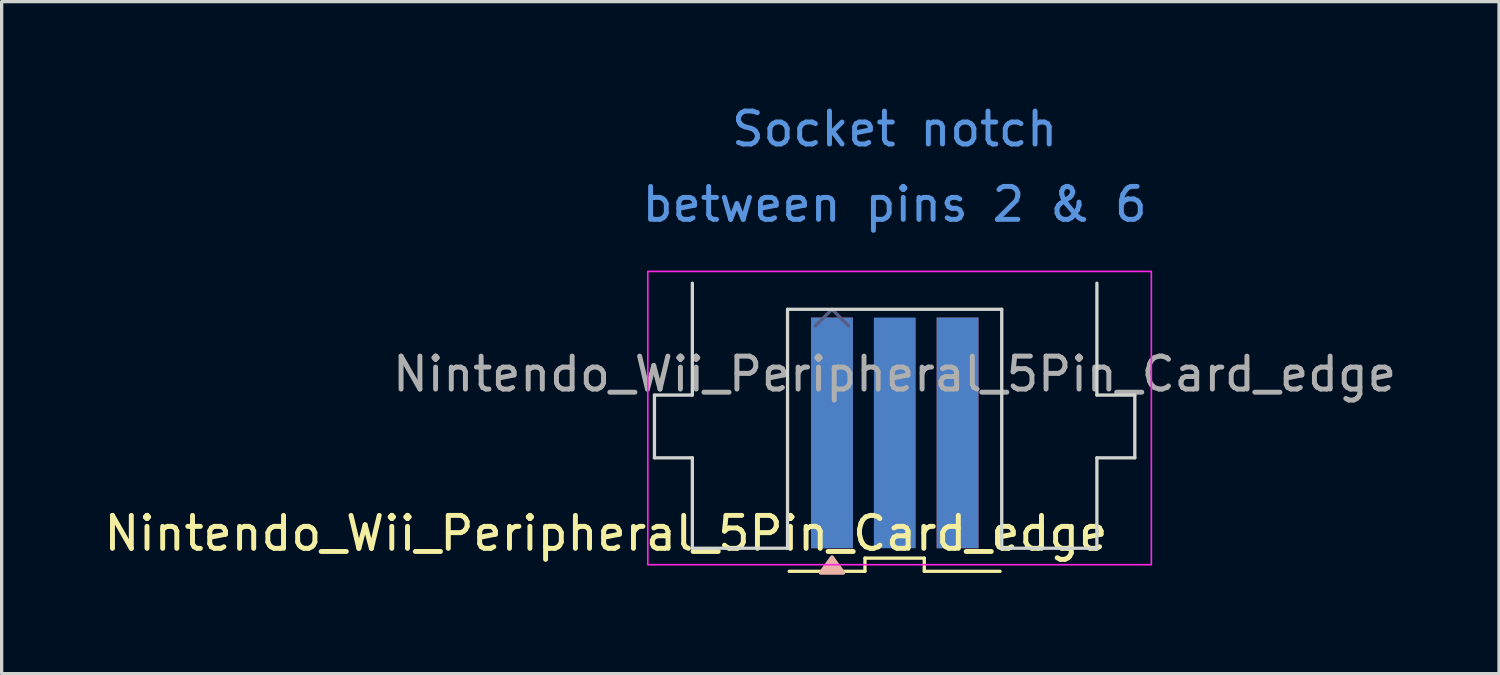
<source format=kicad_pcb>
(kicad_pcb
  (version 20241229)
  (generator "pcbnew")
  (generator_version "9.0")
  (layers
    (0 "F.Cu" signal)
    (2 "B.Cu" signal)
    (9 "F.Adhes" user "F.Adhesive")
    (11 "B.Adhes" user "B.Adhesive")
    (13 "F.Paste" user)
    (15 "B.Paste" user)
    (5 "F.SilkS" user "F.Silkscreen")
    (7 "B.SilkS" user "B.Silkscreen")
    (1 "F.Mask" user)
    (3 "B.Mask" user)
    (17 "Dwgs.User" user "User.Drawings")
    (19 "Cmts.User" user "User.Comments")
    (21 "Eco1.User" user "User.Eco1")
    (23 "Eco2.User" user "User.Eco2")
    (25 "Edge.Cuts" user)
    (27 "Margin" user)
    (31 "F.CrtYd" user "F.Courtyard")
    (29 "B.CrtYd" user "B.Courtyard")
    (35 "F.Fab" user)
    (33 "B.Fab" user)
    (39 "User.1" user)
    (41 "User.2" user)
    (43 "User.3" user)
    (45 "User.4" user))
  (footprint "Nintendo_Wii_Peripheral_5Pin_Card_edge"
    (layer "F.Cu")
    (at 22.197 10.086)
    (property "Reference" "Nintendo_Wii_Peripheral_5Pin_Card_edge" (at -6.858 3.048 0) (layer "F.SilkS") (effects (font (size 1 1) (thickness 0.15))))
    (attr exclude_from_pos_files exclude_from_bom allow_soldermask_bridges)
    (fp_poly (pts (xy 5.15 -3.75) (xy 5.15 3.5) (xy -1.35 3.5) (xy -1.35 -3.75)) (stroke (width 0.1) (type solid)) (fill yes) (layer "F.Mask"))
    (fp_poly (pts (xy 5.15 -3.75) (xy 5.15 3.5) (xy -1.35 3.5) (xy -1.35 -3.75)) (stroke (width 0.1) (type solid)) (fill yes) (layer "B.Mask"))
    (fp_line (start -1.3 4.2) (end 1 4.2) (stroke (width 0.1) (type default)) (layer "F.SilkS"))
    (fp_line (start 1 3.8) (end 2.8 3.8) (stroke (width 0.1) (type default)) (layer "F.SilkS"))
    (fp_line (start 1 4.2) (end 1 3.8) (stroke (width 0.1) (type default)) (layer "F.SilkS"))
    (fp_line (start 2.8 3.8) (end 2.8 4.2) (stroke (width 0.1) (type default)) (layer "F.SilkS"))
    (fp_line (start 2.8 4.2) (end 5.1 4.2) (stroke (width 0.1) (type default)) (layer "F.SilkS"))
    (fp_poly (pts (xy 0 3.775) (xy 0.34 4.245) (xy -0.34 4.245) (xy 0 3.775)) (stroke (width 0.12) (type solid)) (fill yes) (layer "B.SilkS"))
    (fp_line (start -5.388 0.757) (end -5.388 -1.148) (stroke (width 0.1) (type solid)) (layer "Edge.Cuts"))
    (fp_line (start -4.238 -1.148) (end -5.388 -1.148) (stroke (width 0.1) (type solid)) (layer "Edge.Cuts"))
    (fp_line (start -4.238 -1.148) (end -4.238 -4.543) (stroke (width 0.1) (type solid)) (layer "Edge.Cuts"))
    (fp_line (start -4.238 0.757) (end -5.388 0.757) (stroke (width 0.1) (type solid)) (layer "Edge.Cuts"))
    (fp_line (start -4.238 3.5) (end -4.238 0.757) (stroke (width 0.1) (type solid)) (layer "Edge.Cuts"))
    (fp_line (start -1.35 -3.75) (end 5.15 -3.75) (stroke (width 0.1) (type solid)) (layer "Edge.Cuts"))
    (fp_line (start -1.35 3.5) (end -4.238 3.5) (stroke (width 0.1) (type solid)) (layer "Edge.Cuts"))
    (fp_line (start -1.35 3.5) (end -1.35 -3.75) (stroke (width 0.1) (type solid)) (layer "Edge.Cuts"))
    (fp_line (start 5.15 -3.75) (end 5.15 3.5) (stroke (width 0.1) (type solid)) (layer "Edge.Cuts"))
    (fp_line (start 5.15 3.5) (end 8.038 3.5) (stroke (width 0.1) (type solid)) (layer "Edge.Cuts"))
    (fp_line (start 8.038 -1.148) (end 8.038 -4.543) (stroke (width 0.1) (type solid)) (layer "Edge.Cuts"))
    (fp_line (start 8.038 -1.148) (end 9.188 -1.148) (stroke (width 0.1) (type solid)) (layer "Edge.Cuts"))
    (fp_line (start 8.038 0.757) (end 9.188 0.757) (stroke (width 0.1) (type solid)) (layer "Edge.Cuts"))
    (fp_line (start 8.038 3.5) (end 8.038 0.757) (stroke (width 0.1) (type solid)) (layer "Edge.Cuts"))
    (fp_line (start 9.188 0.757) (end 9.188 -1.148) (stroke (width 0.1) (type solid)) (layer "Edge.Cuts"))
    (fp_rect (start -5.59 -4.9) (end 9.69 4) (stroke (width 0.05) (type default)) (fill no) (layer "F.CrtYd"))
    (fp_line (start 0 -3.75) (end -0.5 -3.25) (stroke (width 0.1) (type default)) (layer "B.Fab"))
    (fp_line (start 0.5 -3.25) (end 0 -3.75) (stroke (width 0.1) (type default)) (layer "B.Fab"))
    (fp_text user "between pins 2 & 6" (at 1.9 -6.35 0) (unlocked yes) (layer "Cmts.User") (effects (font (size 1 1) (thickness 0.15)) (justify bottom)))
    (fp_text user "Socket notch" (at 1.9 -8.636 0) (unlocked yes) (layer "Cmts.User") (effects (font (size 1 1) (thickness 0.15)) (justify bottom)))
    (fp_text user "${REFERENCE}" (at 1.9 -1.2 0) (layer "F.Fab") (effects (font (size 1 1) (thickness 0.15)) (justify bottom)))
    (pad "1" connect rect (at 0 0) (size 1.27 7) (layers "F.Mask" "B.Cu"))
    (pad "2" connect rect (at 0 0) (size 1.27 7) (layers "F.Cu" "F.Mask"))
    (pad "3" connect rect (at 1.905 0) (size 1.27 7) (layers "F.Mask" "B.Cu"))
    (pad "5" connect rect (at 3.81 0) (size 1.27 7) (layers "F.Mask" "B.Cu"))
    (pad "6" connect rect (at 3.81 0) (size 1.27 7) (layers "F.Cu" "F.Mask"))
    (zone (net_name "") (layer "F.Cu") (hatch edge 0.5) (connect_pads) (min_thickness 0.25) (filled_areas_thickness no) (keepout (tracks not_allowed) (vias not_allowed) (pads not_allowed) (copperpour not_allowed) (footprints allowed)) (placement (enabled no)) (fill) (polygon (pts (xy 23.197 14.086) (xy 23.197 6.286) (xy 24.997 6.286) (xy 24.997 14.086)))))
  (gr_rect
    (start -3 -3)
    (end 42.437 17.391)
    (stroke (width 0.1) (type default))
    (fill no)
    (layer "Edge.Cuts")))
</source>
